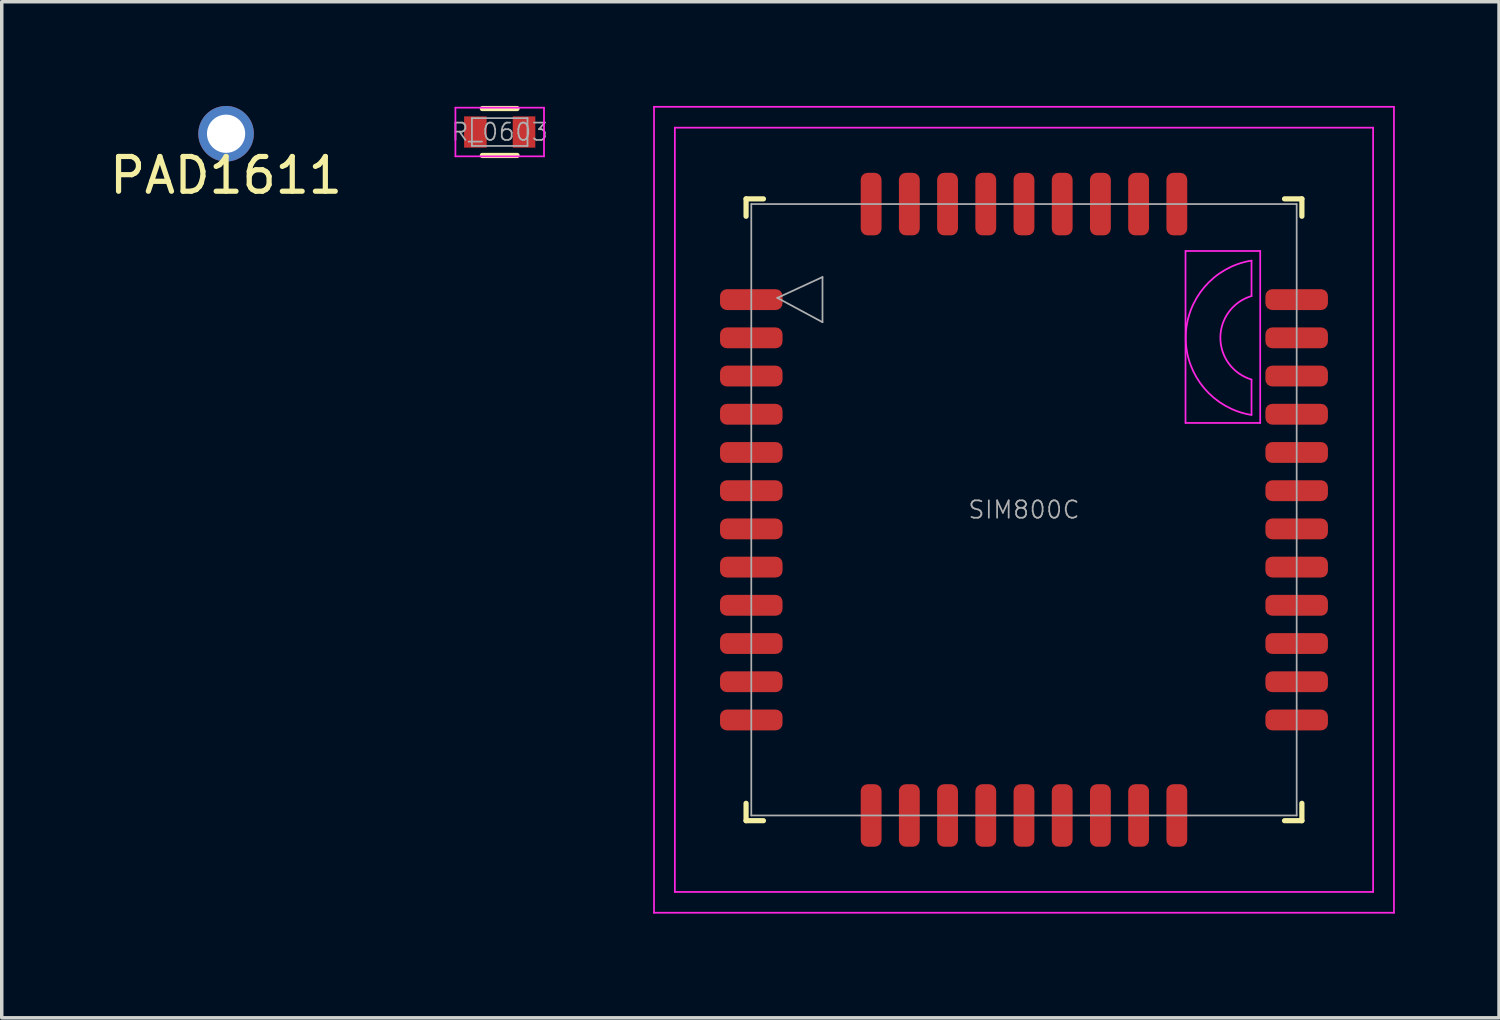
<source format=kicad_pcb>
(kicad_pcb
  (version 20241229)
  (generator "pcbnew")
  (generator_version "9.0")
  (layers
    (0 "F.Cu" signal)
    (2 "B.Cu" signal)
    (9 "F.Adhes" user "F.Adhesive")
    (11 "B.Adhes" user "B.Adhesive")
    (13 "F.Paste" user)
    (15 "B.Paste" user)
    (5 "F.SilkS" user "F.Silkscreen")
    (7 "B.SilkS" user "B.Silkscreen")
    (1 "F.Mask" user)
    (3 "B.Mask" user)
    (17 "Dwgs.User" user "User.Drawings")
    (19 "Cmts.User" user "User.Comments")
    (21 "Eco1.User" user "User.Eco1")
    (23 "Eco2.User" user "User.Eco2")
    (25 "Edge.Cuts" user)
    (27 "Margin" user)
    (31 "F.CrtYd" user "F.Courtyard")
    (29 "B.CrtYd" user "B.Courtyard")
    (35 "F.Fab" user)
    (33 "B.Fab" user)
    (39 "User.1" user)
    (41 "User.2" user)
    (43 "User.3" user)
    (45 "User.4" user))
  (footprint "SIM800C"
    (layer "F.Cu")
    (at 26.427 11.625)
    (property "Reference" "SIM800C" (at 0 0 0) (layer "F.Fab") (effects (font (size 0.5 0.5) (thickness 0.05))))
    (attr smd)
    (fp_line (start -8 -8.95) (end -8 -8.45) (stroke (width 0.15) (type solid)) (layer "F.SilkS"))
    (fp_line (start -8 -8.95) (end -7.5 -8.95) (stroke (width 0.15) (type solid)) (layer "F.SilkS"))
    (fp_line (start -8 8.95) (end -8 8.45) (stroke (width 0.15) (type solid)) (layer "F.SilkS"))
    (fp_line (start -8 8.95) (end -7.5 8.95) (stroke (width 0.15) (type solid)) (layer "F.SilkS"))
    (fp_line (start 8 -8.95) (end 7.5 -8.95) (stroke (width 0.15) (type solid)) (layer "F.SilkS"))
    (fp_line (start 8 -8.95) (end 8 -8.45) (stroke (width 0.15) (type solid)) (layer "F.SilkS"))
    (fp_line (start 8 8.95) (end 7.5 8.95) (stroke (width 0.15) (type solid)) (layer "F.SilkS"))
    (fp_line (start 8 8.95) (end 8 8.45) (stroke (width 0.15) (type solid)) (layer "F.SilkS"))
    (fp_line (start -10.65 -11.6) (end -10.65 11.6) (stroke (width 0.05) (type solid)) (layer "F.CrtYd"))
    (fp_line (start -10.65 -11.6) (end 10.65 -11.6) (stroke (width 0.05) (type solid)) (layer "F.CrtYd"))
    (fp_line (start -10.65 11.6) (end 10.65 11.6) (stroke (width 0.05) (type solid)) (layer "F.CrtYd"))
    (fp_line (start -10.05 -11) (end -10.05 11) (stroke (width 0.05) (type solid)) (layer "F.CrtYd"))
    (fp_line (start -10.05 -11) (end 10.05 -11) (stroke (width 0.05) (type solid)) (layer "F.CrtYd"))
    (fp_line (start -10.05 11) (end 10.05 11) (stroke (width 0.05) (type solid)) (layer "F.CrtYd"))
    (fp_line (start 4.65 -2.5) (end 4.65 -7.45) (stroke (width 0.05) (type solid)) (layer "F.CrtYd"))
    (fp_line (start 6.55 -6.15) (end 6.55 -7.16) (stroke (width 0.05) (type solid)) (layer "F.CrtYd"))
    (fp_line (start 6.55 -2.735) (end 6.55 -3.745) (stroke (width 0.05) (type solid)) (layer "F.CrtYd"))
    (fp_line (start 6.8 -7.45) (end 4.65 -7.45) (stroke (width 0.05) (type solid)) (layer "F.CrtYd"))
    (fp_line (start 6.8 -2.5) (end 4.65 -2.5) (stroke (width 0.05) (type solid)) (layer "F.CrtYd"))
    (fp_line (start 6.8 -2.5) (end 6.8 -7.45) (stroke (width 0.05) (type solid)) (layer "F.CrtYd"))
    (fp_line (start 10.05 -11) (end 10.05 11) (stroke (width 0.05) (type solid)) (layer "F.CrtYd"))
    (fp_line (start 10.65 -11.6) (end 10.65 11.6) (stroke (width 0.05) (type solid)) (layer "F.CrtYd"))
    (fp_arc (start 6.55 -3.75) (mid 5.653285 -4.951685) (end 6.549755 -6.153553) (stroke (width 0.05) (type solid)) (layer "F.CrtYd"))
    (fp_arc (start 6.55 -2.73) (mid 4.65669 -4.952923) (end 6.552192 -7.173977) (stroke (width 0.05) (type solid)) (layer "F.CrtYd"))
    (fp_line (start -7.85 -8.8) (end 7.85 -8.8) (stroke (width 0.05) (type solid)) (layer "F.Fab"))
    (fp_line (start -7.85 8.8) (end -7.85 -8.8) (stroke (width 0.05) (type solid)) (layer "F.Fab"))
    (fp_line (start -7.85 8.8) (end 7.85 8.8) (stroke (width 0.05) (type solid)) (layer "F.Fab"))
    (fp_line (start -7.1 -6.1) (end -5.8 -6.7) (stroke (width 0.05) (type solid)) (layer "F.Fab"))
    (fp_line (start -5.8 -6.7) (end -5.8 -5.4) (stroke (width 0.05) (type solid)) (layer "F.Fab"))
    (fp_line (start -5.8 -5.4) (end -7.1 -6.1) (stroke (width 0.05) (type solid)) (layer "F.Fab"))
    (fp_line (start 7.85 -8.8) (end 7.85 8.8) (stroke (width 0.05) (type solid)) (layer "F.Fab"))
    (pad "1" smd roundrect (at -7.85 -6.05) (size 1.8 0.6) (layers "F.Cu" "F.Mask" "F.Paste") (roundrect_rratio 0.33))
    (pad "2" smd roundrect (at -7.85 -4.95) (size 1.8 0.6) (layers "F.Cu" "F.Mask" "F.Paste") (roundrect_rratio 0.33))
    (pad "3" smd roundrect (at -7.85 -3.85) (size 1.8 0.6) (layers "F.Cu" "F.Mask" "F.Paste") (roundrect_rratio 0.33))
    (pad "4" smd roundrect (at -7.85 -2.75) (size 1.8 0.6) (layers "F.Cu" "F.Mask" "F.Paste") (roundrect_rratio 0.33))
    (pad "5" smd roundrect (at -7.85 -1.65) (size 1.8 0.6) (layers "F.Cu" "F.Mask" "F.Paste") (roundrect_rratio 0.33))
    (pad "6" smd roundrect (at -7.85 -0.55) (size 1.8 0.6) (layers "F.Cu" "F.Mask" "F.Paste") (roundrect_rratio 0.33))
    (pad "7" smd roundrect (at -7.85 0.55) (size 1.8 0.6) (layers "F.Cu" "F.Mask" "F.Paste") (roundrect_rratio 0.33))
    (pad "8" smd roundrect (at -7.85 1.65) (size 1.8 0.6) (layers "F.Cu" "F.Mask" "F.Paste") (roundrect_rratio 0.33))
    (pad "9" smd roundrect (at -7.85 2.75) (size 1.8 0.6) (layers "F.Cu" "F.Mask" "F.Paste") (roundrect_rratio 0.33))
    (pad "10" smd roundrect (at -7.85 3.85) (size 1.8 0.6) (layers "F.Cu" "F.Mask" "F.Paste") (roundrect_rratio 0.33))
    (pad "11" smd roundrect (at -7.85 4.95) (size 1.8 0.6) (layers "F.Cu" "F.Mask" "F.Paste") (roundrect_rratio 0.33))
    (pad "12" smd roundrect (at -7.85 6.05) (size 1.8 0.6) (layers "F.Cu" "F.Mask" "F.Paste") (roundrect_rratio 0.33))
    (pad "13" smd roundrect (at -4.4 8.8 90) (size 1.8 0.6) (layers "F.Cu" "F.Mask" "F.Paste") (roundrect_rratio 0.33))
    (pad "14" smd roundrect (at -3.3 8.8 90) (size 1.8 0.6) (layers "F.Cu" "F.Mask" "F.Paste") (roundrect_rratio 0.33))
    (pad "15" smd roundrect (at -2.2 8.8 90) (size 1.8 0.6) (layers "F.Cu" "F.Mask" "F.Paste") (roundrect_rratio 0.33))
    (pad "16" smd roundrect (at -1.1 8.8 90) (size 1.8 0.6) (layers "F.Cu" "F.Mask" "F.Paste") (roundrect_rratio 0.33))
    (pad "17" smd roundrect (at 0 8.8 90) (size 1.8 0.6) (layers "F.Cu" "F.Mask" "F.Paste") (roundrect_rratio 0.33))
    (pad "18" smd roundrect (at 1.1 8.8 90) (size 1.8 0.6) (layers "F.Cu" "F.Mask" "F.Paste") (roundrect_rratio 0.33))
    (pad "19" smd roundrect (at 2.2 8.8 90) (size 1.8 0.6) (layers "F.Cu" "F.Mask" "F.Paste") (roundrect_rratio 0.33))
    (pad "20" smd roundrect (at 3.3 8.8 90) (size 1.8 0.6) (layers "F.Cu" "F.Mask" "F.Paste") (roundrect_rratio 0.33))
    (pad "21" smd roundrect (at 4.4 8.8 90) (size 1.8 0.6) (layers "F.Cu" "F.Mask" "F.Paste") (roundrect_rratio 0.33))
    (pad "22" smd roundrect (at 7.85 6.05) (size 1.8 0.6) (layers "F.Cu" "F.Mask" "F.Paste") (roundrect_rratio 0.33))
    (pad "23" smd roundrect (at 7.85 4.95) (size 1.8 0.6) (layers "F.Cu" "F.Mask" "F.Paste") (roundrect_rratio 0.33))
    (pad "24" smd roundrect (at 7.85 3.85) (size 1.8 0.6) (layers "F.Cu" "F.Mask" "F.Paste") (roundrect_rratio 0.33))
    (pad "25" smd roundrect (at 7.85 2.75) (size 1.8 0.6) (layers "F.Cu" "F.Mask" "F.Paste") (roundrect_rratio 0.33))
    (pad "26" smd roundrect (at 7.85 1.65) (size 1.8 0.6) (layers "F.Cu" "F.Mask" "F.Paste") (roundrect_rratio 0.33))
    (pad "27" smd roundrect (at 7.85 0.55) (size 1.8 0.6) (layers "F.Cu" "F.Mask" "F.Paste") (roundrect_rratio 0.33))
    (pad "28" smd roundrect (at 7.85 -0.55) (size 1.8 0.6) (layers "F.Cu" "F.Mask" "F.Paste") (roundrect_rratio 0.33))
    (pad "29" smd roundrect (at 7.85 -1.65) (size 1.8 0.6) (layers "F.Cu" "F.Mask" "F.Paste") (roundrect_rratio 0.33))
    (pad "30" smd roundrect (at 7.85 -2.75) (size 1.8 0.6) (layers "F.Cu" "F.Mask" "F.Paste") (roundrect_rratio 0.33))
    (pad "31" smd roundrect (at 7.85 -3.85) (size 1.8 0.6) (layers "F.Cu" "F.Mask" "F.Paste") (roundrect_rratio 0.33))
    (pad "32" smd roundrect (at 7.85 -4.95) (size 1.8 0.6) (layers "F.Cu" "F.Mask" "F.Paste") (roundrect_rratio 0.33))
    (pad "33" smd roundrect (at 7.85 -6.05) (size 1.8 0.6) (layers "F.Cu" "F.Mask" "F.Paste") (roundrect_rratio 0.33))
    (pad "34" smd roundrect (at 4.4 -8.8 90) (size 1.8 0.6) (layers "F.Cu" "F.Mask" "F.Paste") (roundrect_rratio 0.33))
    (pad "35" smd roundrect (at 3.3 -8.8 90) (size 1.8 0.6) (layers "F.Cu" "F.Mask" "F.Paste") (roundrect_rratio 0.33))
    (pad "36" smd roundrect (at 2.2 -8.8 90) (size 1.8 0.6) (layers "F.Cu" "F.Mask" "F.Paste") (roundrect_rratio 0.33))
    (pad "37" smd roundrect (at 1.1 -8.8 90) (size 1.8 0.6) (layers "F.Cu" "F.Mask" "F.Paste") (roundrect_rratio 0.33))
    (pad "38" smd roundrect (at 0 -8.8 90) (size 1.8 0.6) (layers "F.Cu" "F.Mask" "F.Paste") (roundrect_rratio 0.33))
    (pad "39" smd roundrect (at -1.1 -8.8 90) (size 1.8 0.6) (layers "F.Cu" "F.Mask" "F.Paste") (roundrect_rratio 0.33))
    (pad "40" smd roundrect (at -2.2 -8.8 90) (size 1.8 0.6) (layers "F.Cu" "F.Mask" "F.Paste") (roundrect_rratio 0.33))
    (pad "41" smd roundrect (at -3.3 -8.8 90) (size 1.8 0.6) (layers "F.Cu" "F.Mask" "F.Paste") (roundrect_rratio 0.33))
    (pad "42" smd roundrect (at -4.4 -8.8 90) (size 1.8 0.6) (layers "F.Cu" "F.Mask" "F.Paste") (roundrect_rratio 0.33)))
  (footprint "R_0603"
    (layer "F.Cu")
    (at 11.335 0.75)
    (property "Reference" "R_0603" (at 0 0 0) (layer "F.Fab") (effects (font (size 0.5 0.5) (thickness 0.05))))
    (attr smd)
    (fp_line (start -0.5 -0.675) (end 0.5 -0.675) (stroke (width 0.15) (type solid)) (layer "F.SilkS"))
    (fp_line (start 0.5 0.675) (end -0.5 0.675) (stroke (width 0.15) (type solid)) (layer "F.SilkS"))
    (fp_line (start -1.275 -0.7) (end -1.275 0.7) (stroke (width 0.05) (type solid)) (layer "F.CrtYd"))
    (fp_line (start -1.275 -0.7) (end 1.275 -0.7) (stroke (width 0.05) (type solid)) (layer "F.CrtYd"))
    (fp_line (start -1.275 0.7) (end 1.275 0.7) (stroke (width 0.05) (type solid)) (layer "F.CrtYd"))
    (fp_line (start 1.275 -0.7) (end 1.275 0.7) (stroke (width 0.05) (type solid)) (layer "F.CrtYd"))
    (fp_line (start -0.8 -0.4) (end 0.8 -0.4) (stroke (width 0.05) (type solid)) (layer "F.Fab"))
    (fp_line (start -0.8 0.4) (end -0.8 -0.4) (stroke (width 0.05) (type solid)) (layer "F.Fab"))
    (fp_line (start 0.8 -0.4) (end 0.8 0.4) (stroke (width 0.05) (type solid)) (layer "F.Fab"))
    (fp_line (start 0.8 0.4) (end -0.8 0.4) (stroke (width 0.05) (type solid)) (layer "F.Fab"))
    (pad "1" smd rect (at -0.7 0) (size 0.65 0.9) (layers "F.Cu" "F.Mask" "F.Paste"))
    (pad "2" smd rect (at 0.7 0) (size 0.65 0.9) (layers "F.Cu" "F.Mask" "F.Paste")))
  (footprint "PAD1611"
    (layer "F.Cu")
    (at 3.458 0.8)
    (property "Reference" "PAD1611" (at 0 1.2 0) (layer "F.SilkS") (effects (font (size 1 1) (thickness 0.15))))
    (attr through_hole)
    (pad "1" thru_hole circle (at 0 0) (size 1.6 1.6) (drill 1.1) (layers "*.Cu" "*.Mask")))
  (gr_rect
    (start -3 -3)
    (end 40.102 26.25)
    (stroke (width 0.1) (type default))
    (fill no)
    (layer "Edge.Cuts")))
</source>
